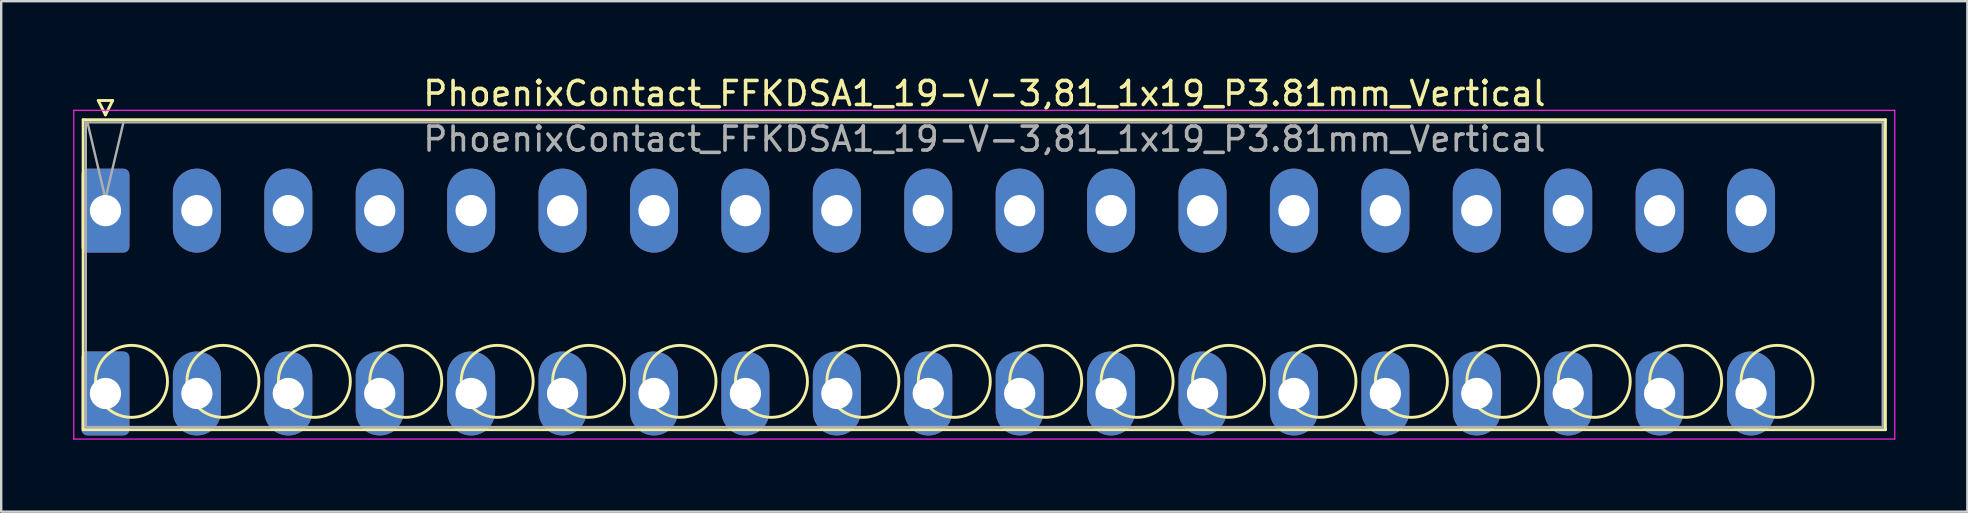
<source format=kicad_pcb>
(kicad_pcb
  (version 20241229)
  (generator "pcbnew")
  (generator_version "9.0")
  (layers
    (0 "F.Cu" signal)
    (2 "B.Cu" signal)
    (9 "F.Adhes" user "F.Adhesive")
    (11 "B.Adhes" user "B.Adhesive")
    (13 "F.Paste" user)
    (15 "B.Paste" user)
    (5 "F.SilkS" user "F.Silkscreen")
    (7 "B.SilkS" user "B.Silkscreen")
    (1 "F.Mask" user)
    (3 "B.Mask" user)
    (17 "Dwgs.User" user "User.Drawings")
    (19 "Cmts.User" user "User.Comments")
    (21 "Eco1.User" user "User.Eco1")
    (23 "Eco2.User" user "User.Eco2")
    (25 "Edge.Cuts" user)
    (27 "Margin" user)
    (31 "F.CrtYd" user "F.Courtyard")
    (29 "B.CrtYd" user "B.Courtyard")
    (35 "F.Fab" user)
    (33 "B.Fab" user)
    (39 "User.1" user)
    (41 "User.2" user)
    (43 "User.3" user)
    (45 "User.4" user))
  (footprint "PhoenixContact_FFKDSA1_19-V-3,81_1x19_P3.81mm_Vertical"
    (layer "F.Cu")
    (at 1.345 5.728)
    (property "Reference" "PhoenixContact_FFKDSA1_19-V-3,81_1x19_P3.81mm_Vertical" (at 36.63 -4.88 0) (layer "F.SilkS") (effects (font (size 1 1) (thickness 0.15))))
    (attr through_hole)
    (fp_line (start -0.93 -3.79) (end -0.93 9.13) (stroke (width 0.12) (type solid)) (layer "F.SilkS"))
    (fp_line (start -0.93 9.13) (end 74.18 9.13) (stroke (width 0.12) (type solid)) (layer "F.SilkS"))
    (fp_line (start -0.3 -4.59) (end 0.3 -4.59) (stroke (width 0.12) (type solid)) (layer "F.SilkS"))
    (fp_line (start 0 -3.99) (end -0.3 -4.59) (stroke (width 0.12) (type solid)) (layer "F.SilkS"))
    (fp_line (start 0.3 -4.59) (end 0 -3.99) (stroke (width 0.12) (type solid)) (layer "F.SilkS"))
    (fp_line (start 74.18 -3.79) (end -0.93 -3.79) (stroke (width 0.12) (type solid)) (layer "F.SilkS"))
    (fp_line (start 74.18 9.13) (end 74.18 -3.79) (stroke (width 0.12) (type solid)) (layer "F.SilkS"))
    (fp_circle (center 1.085 7.115) (end 2.585 7.115) (stroke (width 0.12) (type solid)) (fill no) (layer "F.SilkS"))
    (fp_circle (center 4.895 7.115) (end 6.395 7.115) (stroke (width 0.12) (type solid)) (fill no) (layer "F.SilkS"))
    (fp_circle (center 8.705 7.115) (end 10.205 7.115) (stroke (width 0.12) (type solid)) (fill no) (layer "F.SilkS"))
    (fp_circle (center 12.515 7.115) (end 14.015 7.115) (stroke (width 0.12) (type solid)) (fill no) (layer "F.SilkS"))
    (fp_circle (center 16.325 7.115) (end 17.825 7.115) (stroke (width 0.12) (type solid)) (fill no) (layer "F.SilkS"))
    (fp_circle (center 20.135 7.115) (end 21.635 7.115) (stroke (width 0.12) (type solid)) (fill no) (layer "F.SilkS"))
    (fp_circle (center 23.945 7.115) (end 25.445 7.115) (stroke (width 0.12) (type solid)) (fill no) (layer "F.SilkS"))
    (fp_circle (center 27.755 7.115) (end 29.255 7.115) (stroke (width 0.12) (type solid)) (fill no) (layer "F.SilkS"))
    (fp_circle (center 31.565 7.115) (end 33.065 7.115) (stroke (width 0.12) (type solid)) (fill no) (layer "F.SilkS"))
    (fp_circle (center 35.375 7.115) (end 36.875 7.115) (stroke (width 0.12) (type solid)) (fill no) (layer "F.SilkS"))
    (fp_circle (center 39.185 7.115) (end 40.685 7.115) (stroke (width 0.12) (type solid)) (fill no) (layer "F.SilkS"))
    (fp_circle (center 42.995 7.115) (end 44.495 7.115) (stroke (width 0.12) (type solid)) (fill no) (layer "F.SilkS"))
    (fp_circle (center 46.805 7.115) (end 48.305 7.115) (stroke (width 0.12) (type solid)) (fill no) (layer "F.SilkS"))
    (fp_circle (center 50.615 7.115) (end 52.115 7.115) (stroke (width 0.12) (type solid)) (fill no) (layer "F.SilkS"))
    (fp_circle (center 54.425 7.115) (end 55.925 7.115) (stroke (width 0.12) (type solid)) (fill no) (layer "F.SilkS"))
    (fp_circle (center 58.235 7.115) (end 59.735 7.115) (stroke (width 0.12) (type solid)) (fill no) (layer "F.SilkS"))
    (fp_circle (center 62.045 7.115) (end 63.545 7.115) (stroke (width 0.12) (type solid)) (fill no) (layer "F.SilkS"))
    (fp_circle (center 65.855 7.115) (end 67.355 7.115) (stroke (width 0.12) (type solid)) (fill no) (layer "F.SilkS"))
    (fp_circle (center 69.665 7.115) (end 71.165 7.115) (stroke (width 0.12) (type solid)) (fill no) (layer "F.SilkS"))
    (fp_line (start -1.32 -4.18) (end -1.32 9.52) (stroke (width 0.05) (type solid)) (layer "F.CrtYd"))
    (fp_line (start -1.32 9.52) (end 74.57 9.52) (stroke (width 0.05) (type solid)) (layer "F.CrtYd"))
    (fp_line (start 74.57 -4.18) (end -1.32 -4.18) (stroke (width 0.05) (type solid)) (layer "F.CrtYd"))
    (fp_line (start 74.57 9.52) (end 74.57 -4.18) (stroke (width 0.05) (type solid)) (layer "F.CrtYd"))
    (fp_line (start -0.82 -3.68) (end -0.82 9.02) (stroke (width 0.1) (type solid)) (layer "F.Fab"))
    (fp_line (start -0.82 9.02) (end 74.07 9.02) (stroke (width 0.1) (type solid)) (layer "F.Fab"))
    (fp_line (start 0 -0.5) (end -0.75 -3.68) (stroke (width 0.1) (type solid)) (layer "F.Fab"))
    (fp_line (start 0.75 -3.68) (end 0 -0.5) (stroke (width 0.1) (type solid)) (layer "F.Fab"))
    (fp_line (start 74.07 -3.68) (end -0.82 -3.68) (stroke (width 0.1) (type solid)) (layer "F.Fab"))
    (fp_line (start 74.07 9.02) (end 74.07 -3.68) (stroke (width 0.1) (type solid)) (layer "F.Fab"))
    (fp_text user "${REFERENCE}" (at 36.63 -2.98 0) (layer "F.Fab") (effects (font (size 1 1) (thickness 0.15))))
    (pad "1" thru_hole roundrect (at 0 0) (size 2 3.5) (drill 1.3) (layers "*.Cu" "*.Mask") (roundrect_rratio 0.125))
    (pad "1" thru_hole roundrect (at 0 7.62) (size 2 3.5) (drill 1.3) (layers "*.Cu" "*.Mask") (roundrect_rratio 0.125))
    (pad "2" thru_hole oval (at 3.81 0) (size 2 3.5) (drill 1.3) (layers "*.Cu" "*.Mask"))
    (pad "2" thru_hole oval (at 3.81 7.62) (size 2 3.5) (drill 1.3) (layers "*.Cu" "*.Mask"))
    (pad "3" thru_hole oval (at 7.62 0) (size 2 3.5) (drill 1.3) (layers "*.Cu" "*.Mask"))
    (pad "3" thru_hole oval (at 7.62 7.62) (size 2 3.5) (drill 1.3) (layers "*.Cu" "*.Mask"))
    (pad "4" thru_hole oval (at 11.43 0) (size 2 3.5) (drill 1.3) (layers "*.Cu" "*.Mask"))
    (pad "4" thru_hole oval (at 11.43 7.62) (size 2 3.5) (drill 1.3) (layers "*.Cu" "*.Mask"))
    (pad "5" thru_hole oval (at 15.24 0) (size 2 3.5) (drill 1.3) (layers "*.Cu" "*.Mask"))
    (pad "5" thru_hole oval (at 15.24 7.62) (size 2 3.5) (drill 1.3) (layers "*.Cu" "*.Mask"))
    (pad "6" thru_hole oval (at 19.05 0) (size 2 3.5) (drill 1.3) (layers "*.Cu" "*.Mask"))
    (pad "6" thru_hole oval (at 19.05 7.62) (size 2 3.5) (drill 1.3) (layers "*.Cu" "*.Mask"))
    (pad "7" thru_hole oval (at 22.86 0) (size 2 3.5) (drill 1.3) (layers "*.Cu" "*.Mask"))
    (pad "7" thru_hole oval (at 22.86 7.62) (size 2 3.5) (drill 1.3) (layers "*.Cu" "*.Mask"))
    (pad "8" thru_hole oval (at 26.67 0) (size 2 3.5) (drill 1.3) (layers "*.Cu" "*.Mask"))
    (pad "8" thru_hole oval (at 26.67 7.62) (size 2 3.5) (drill 1.3) (layers "*.Cu" "*.Mask"))
    (pad "9" thru_hole oval (at 30.48 0) (size 2 3.5) (drill 1.3) (layers "*.Cu" "*.Mask"))
    (pad "9" thru_hole oval (at 30.48 7.62) (size 2 3.5) (drill 1.3) (layers "*.Cu" "*.Mask"))
    (pad "10" thru_hole oval (at 34.29 0) (size 2 3.5) (drill 1.3) (layers "*.Cu" "*.Mask"))
    (pad "10" thru_hole oval (at 34.29 7.62) (size 2 3.5) (drill 1.3) (layers "*.Cu" "*.Mask"))
    (pad "11" thru_hole oval (at 38.1 0) (size 2 3.5) (drill 1.3) (layers "*.Cu" "*.Mask"))
    (pad "11" thru_hole oval (at 38.1 7.62) (size 2 3.5) (drill 1.3) (layers "*.Cu" "*.Mask"))
    (pad "12" thru_hole oval (at 41.91 0) (size 2 3.5) (drill 1.3) (layers "*.Cu" "*.Mask"))
    (pad "12" thru_hole oval (at 41.91 7.62) (size 2 3.5) (drill 1.3) (layers "*.Cu" "*.Mask"))
    (pad "13" thru_hole oval (at 45.72 0) (size 2 3.5) (drill 1.3) (layers "*.Cu" "*.Mask"))
    (pad "13" thru_hole oval (at 45.72 7.62) (size 2 3.5) (drill 1.3) (layers "*.Cu" "*.Mask"))
    (pad "14" thru_hole oval (at 49.53 0) (size 2 3.5) (drill 1.3) (layers "*.Cu" "*.Mask"))
    (pad "14" thru_hole oval (at 49.53 7.62) (size 2 3.5) (drill 1.3) (layers "*.Cu" "*.Mask"))
    (pad "15" thru_hole oval (at 53.34 0) (size 2 3.5) (drill 1.3) (layers "*.Cu" "*.Mask"))
    (pad "15" thru_hole oval (at 53.34 7.62) (size 2 3.5) (drill 1.3) (layers "*.Cu" "*.Mask"))
    (pad "16" thru_hole oval (at 57.15 0) (size 2 3.5) (drill 1.3) (layers "*.Cu" "*.Mask"))
    (pad "16" thru_hole oval (at 57.15 7.62) (size 2 3.5) (drill 1.3) (layers "*.Cu" "*.Mask"))
    (pad "17" thru_hole oval (at 60.96 0) (size 2 3.5) (drill 1.3) (layers "*.Cu" "*.Mask"))
    (pad "17" thru_hole oval (at 60.96 7.62) (size 2 3.5) (drill 1.3) (layers "*.Cu" "*.Mask"))
    (pad "18" thru_hole oval (at 64.77 0) (size 2 3.5) (drill 1.3) (layers "*.Cu" "*.Mask"))
    (pad "18" thru_hole oval (at 64.77 7.62) (size 2 3.5) (drill 1.3) (layers "*.Cu" "*.Mask"))
    (pad "19" thru_hole oval (at 68.58 0) (size 2 3.5) (drill 1.3) (layers "*.Cu" "*.Mask"))
    (pad "19" thru_hole oval (at 68.58 7.62) (size 2 3.5) (drill 1.3) (layers "*.Cu" "*.Mask")))
  (gr_rect
    (start -3 -3)
    (end 78.94 18.273)
    (stroke (width 0.1) (type default))
    (fill no)
    (layer "Edge.Cuts")))
</source>
